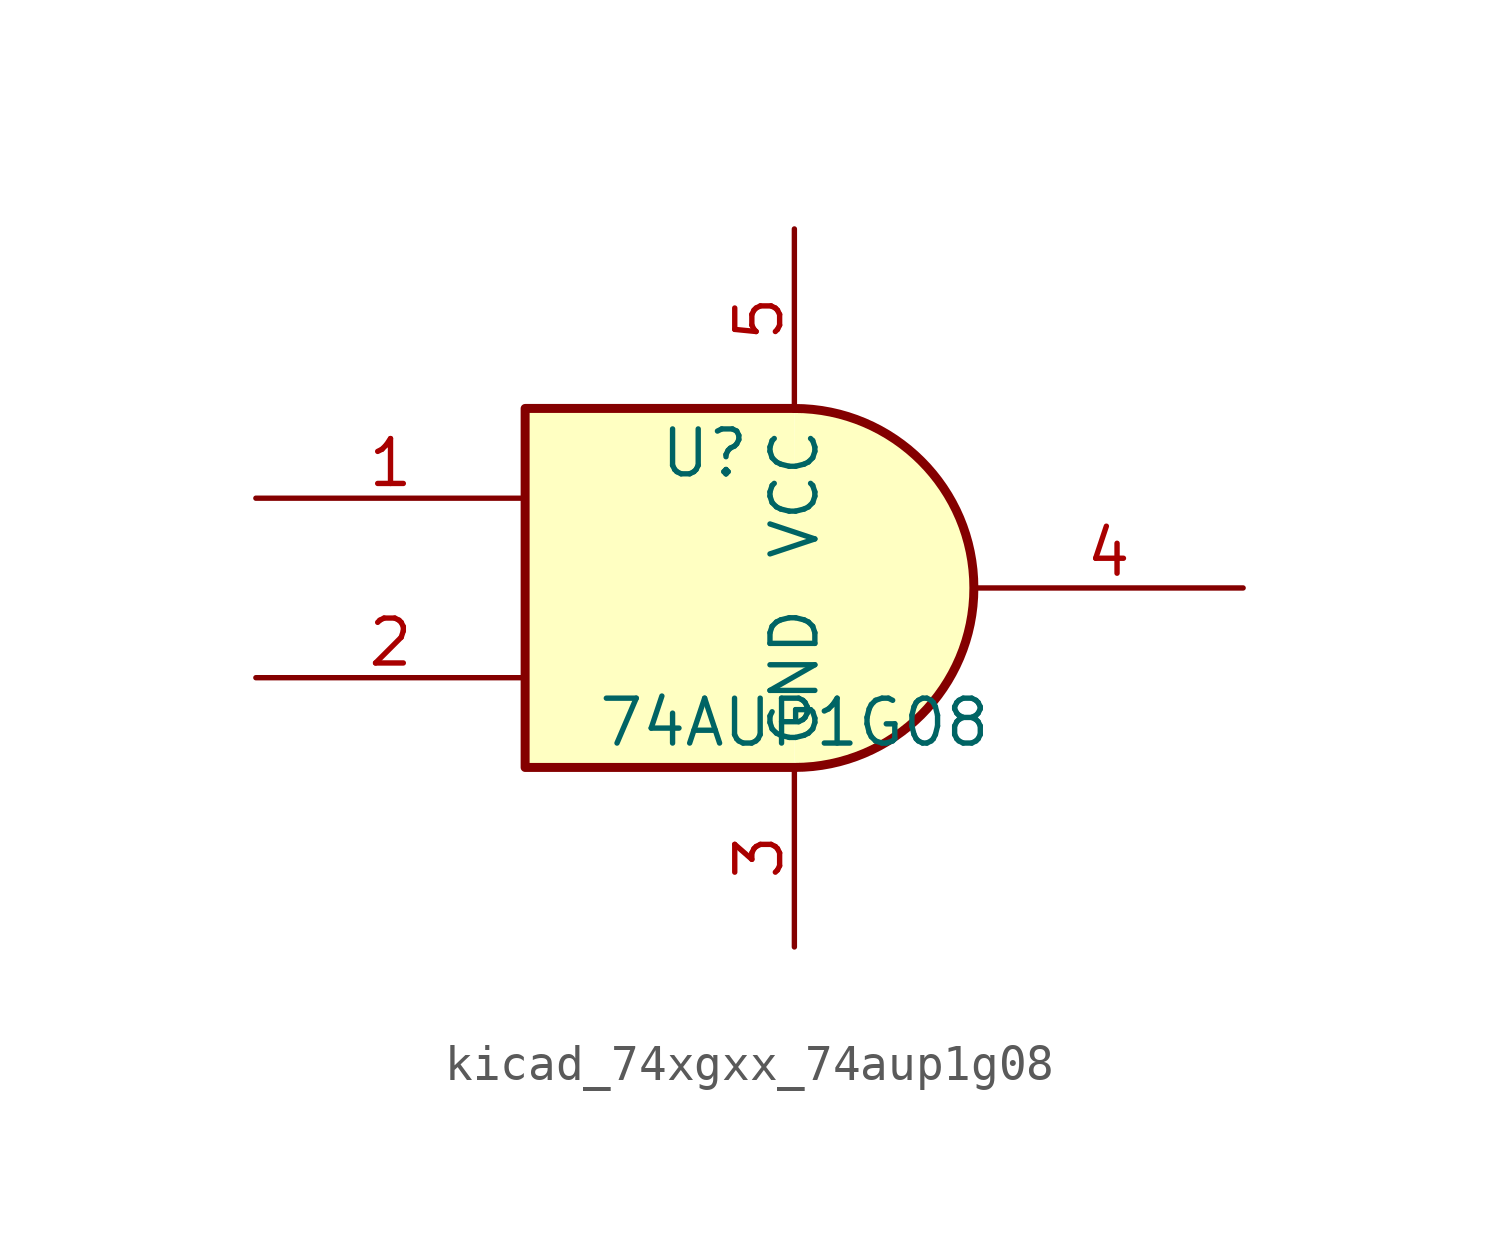
<source format=kicad_sym>
(kicad_symbol_lib
  (version 20220914)
  (generator kicad_symbol_editor)
  (symbol "kicad_74xgxx_74aup1g08"
    (property "Reference" "U"
      (at -2.54 3.81 0)
      (effects (font (size 1.27 1.27))))
    (property "Value" "74AUP1G08"
      (at 0 -3.81 0)
      (effects (font (size 1.27 1.27))))
    (symbol "kicad_74xgxx_74aup1g08_0_1"
      (arc (start 0 -5.08) (mid 5.0579 0) (end 0 5.08) (stroke (width 0.254) (type default)) (fill (type background)))
      (polyline (pts (xy 0 -5.08) (xy -7.62 -5.08) (xy -7.62 5.08) (xy 0 5.08)) (stroke (width 0.254) (type default)) (fill (type background))))
    (symbol "kicad_74xgxx_74aup1g08_1_1"
      (pin input line (at -15.24 2.54 0) (length 7.62) (name "~" (effects (font (size 1.27 1.27)))) (number "1" (effects (font (size 1.27 1.27)))))
      (pin input line (at -15.24 -2.54 0) (length 7.62) (name "~" (effects (font (size 1.27 1.27)))) (number "2" (effects (font (size 1.27 1.27)))))
      (pin power_in line (at 0 -10.16 90) (length 5.08) (name "GND" (effects (font (size 1.27 1.27)))) (number "3" (effects (font (size 1.27 1.27)))))
      (pin output line (at 12.7 0 180) (length 7.62) (name "~" (effects (font (size 1.27 1.27)))) (number "4" (effects (font (size 1.27 1.27)))))
      (pin power_in line (at 0 10.16 270) (length 5.08) (name "VCC" (effects (font (size 1.27 1.27)))) (number "5" (effects (font (size 1.27 1.27))))))))
</source>
